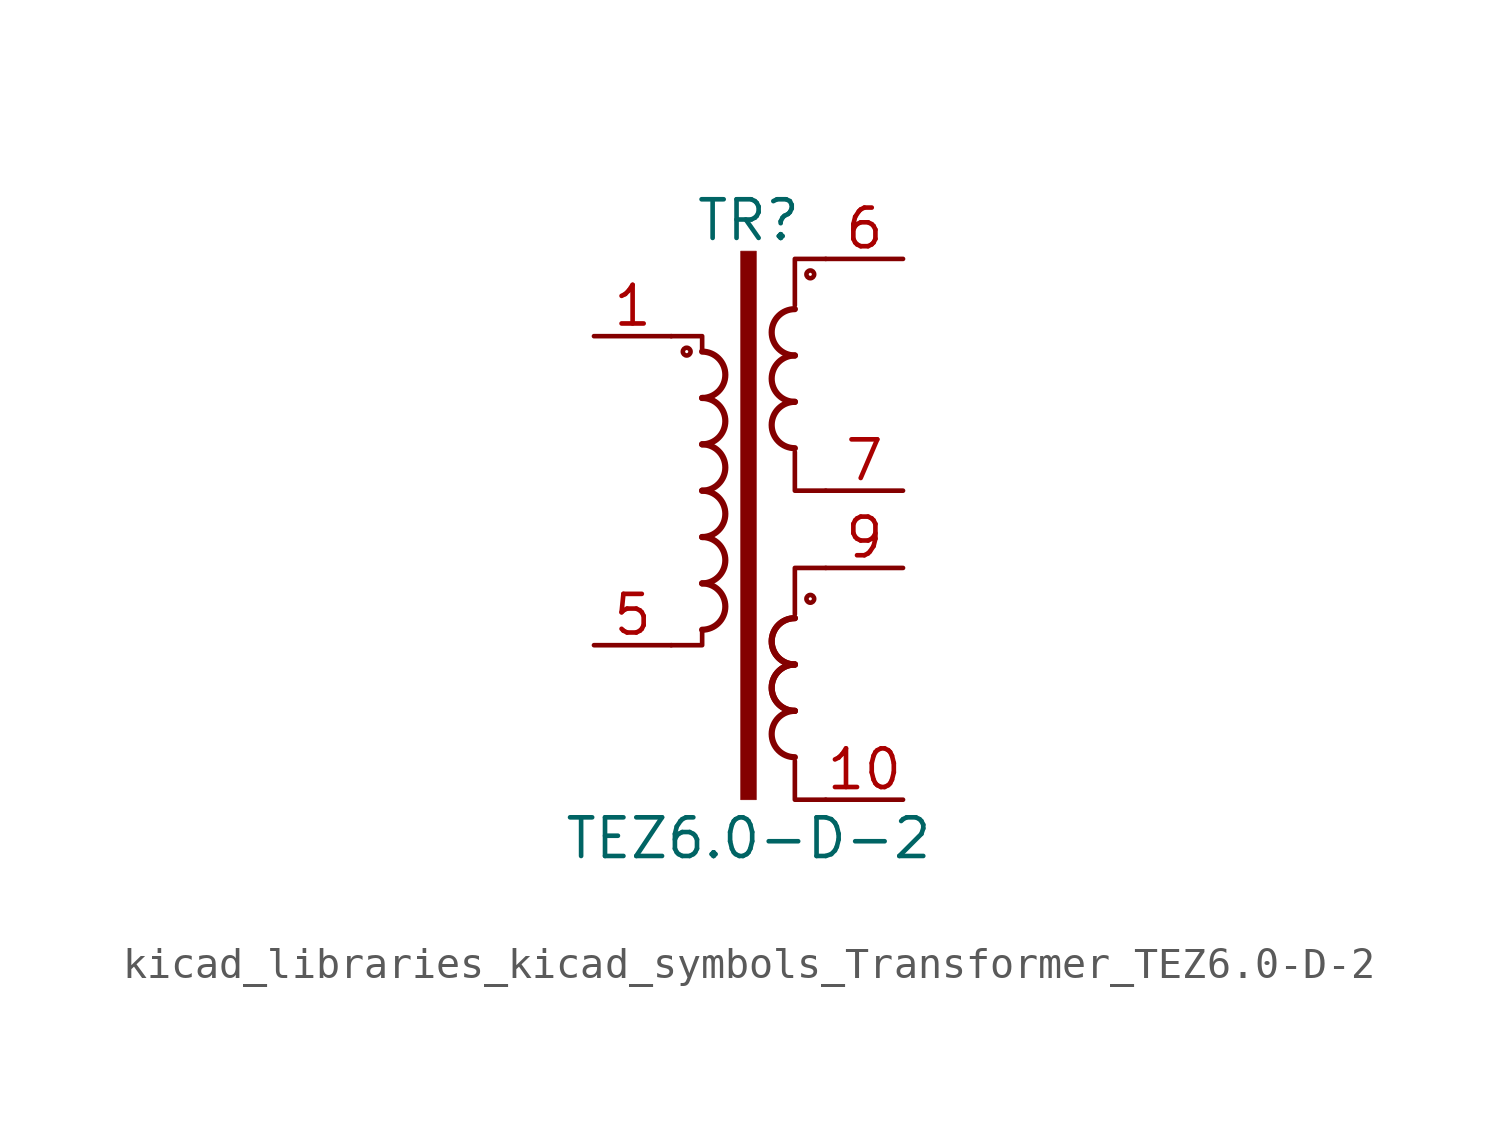
<source format=kicad_sym>
(kicad_symbol_lib
  (version 20220914)
  (generator kicad_symbol_editor)
  (symbol "kicad_libraries_kicad_symbols_Transformer_TEZ6.0-D-2"
    (pin_names
      (offset 0.025))
    (property "Reference" "TR"
      (at 0 8.89 0)
      (effects (font (size 1.27 1.27))))
    (property "Value" "TEZ6.0-D-2"
      (at 0 -11.43 0)
      (effects (font (size 1.27 1.27))))
    (symbol "kicad_libraries_kicad_symbols_Transformer_TEZ6.0-D-2_0_1"
      (circle (center -2.032 4.572) (radius 0.127) (stroke (width 0) (type default)) (fill (type none)))
      (arc (start -1.524 -4.572) (mid -0.7653 -3.81) (end -1.524 -3.048) (stroke (width 0.2032) (type default)) (fill (type none)))
      (arc (start -1.524 -3.048) (mid -0.7653 -2.286) (end -1.524 -1.524) (stroke (width 0.2032) (type default)) (fill (type none)))
      (arc (start -1.524 -1.524) (mid -0.7653 -0.762) (end -1.524 0) (stroke (width 0.2032) (type default)) (fill (type none)))
      (arc (start -1.524 0) (mid -0.7653 0.762) (end -1.524 1.524) (stroke (width 0.2032) (type default)) (fill (type none)))
      (arc (start -1.524 1.524) (mid -0.7653 2.286) (end -1.524 3.048) (stroke (width 0.2032) (type default)) (fill (type none)))
      (arc (start -1.524 3.048) (mid -0.7653 3.81) (end -1.524 4.572) (stroke (width 0.2032) (type default)) (fill (type none)))
      (rectangle (start -0.254 7.874) (end 0.254 -10.16) (stroke (width 0.025) (type default)) (fill (type outline)))
      (polyline (pts (xy -1.524 -4.572) (xy -1.524 -5.08) (xy -2.54 -5.08)) (stroke (width 0) (type default)) (fill (type none)))
      (polyline (pts (xy -1.524 4.572) (xy -1.524 5.08) (xy -2.54 5.08)) (stroke (width 0) (type default)) (fill (type none)))
      (polyline (pts (xy 1.524 -8.89) (xy 1.524 -10.16) (xy 2.54 -10.16)) (stroke (width 0) (type default)) (fill (type none)))
      (polyline (pts (xy 2.54 -2.54) (xy 1.524 -2.54) (xy 1.524 -4.064)) (stroke (width 0) (type default)) (fill (type none)))
      (polyline (pts (xy 2.54 0) (xy 1.524 0) (xy 1.524 1.27)) (stroke (width 0) (type default)) (fill (type none)))
      (polyline (pts (xy 2.54 7.62) (xy 1.524 7.62) (xy 1.524 6.096)) (stroke (width 0) (type default)) (fill (type none)))
      (arc (start 1.524 -7.239) (mid 0.7653 -8.001) (end 1.524 -8.763) (stroke (width 0.2032) (type default)) (fill (type none)))
      (arc (start 1.524 -5.715) (mid 0.7653 -6.477) (end 1.524 -7.239) (stroke (width 0.2032) (type default)) (fill (type none)))
      (arc (start 1.524 -5.715) (mid 0.7653 -6.477) (end 1.524 -7.239) (stroke (width 0.2032) (type default)) (fill (type none)))
      (arc (start 1.524 -4.191) (mid 0.7653 -4.953) (end 1.524 -5.715) (stroke (width 0.2032) (type default)) (fill (type none)))
      (arc (start 1.524 -4.191) (mid 0.7653 -4.953) (end 1.524 -5.715) (stroke (width 0.2032) (type default)) (fill (type none)))
      (arc (start 1.524 2.921) (mid 0.7653 2.159) (end 1.524 1.397) (stroke (width 0.2032) (type default)) (fill (type none)))
      (arc (start 1.524 4.445) (mid 0.7653 3.683) (end 1.524 2.921) (stroke (width 0.2032) (type default)) (fill (type none)))
      (arc (start 1.524 5.969) (mid 0.7653 5.207) (end 1.524 4.445) (stroke (width 0.2032) (type default)) (fill (type none)))
      (circle (center 2.032 -3.556) (radius 0.127) (stroke (width 0) (type default)) (fill (type none)))
      (circle (center 2.032 7.112) (radius 0.127) (stroke (width 0) (type default)) (fill (type none))))
    (symbol "kicad_libraries_kicad_symbols_Transformer_TEZ6.0-D-2_1_1"
      (pin passive line (at -5.08 5.08 0) (length 2.54) (name "~" (effects (font (size 1.27 1.27)))) (number "1" (effects (font (size 1.27 1.27)))))
      (pin passive line (at 5.08 -10.16 180) (length 2.54) (name "~" (effects (font (size 1.27 1.27)))) (number "10" (effects (font (size 1.27 1.27)))))
      (pin passive line (at -5.08 -5.08 0) (length 2.54) (name "~" (effects (font (size 1.27 1.27)))) (number "5" (effects (font (size 1.27 1.27)))))
      (pin passive line (at 5.08 7.62 180) (length 2.54) (name "~" (effects (font (size 1.27 1.27)))) (number "6" (effects (font (size 1.27 1.27)))))
      (pin passive line (at 5.08 0 180) (length 2.54) (name "~" (effects (font (size 1.27 1.27)))) (number "7" (effects (font (size 1.27 1.27)))))
      (pin passive line (at 5.08 -2.54 180) (length 2.54) (name "~" (effects (font (size 1.27 1.27)))) (number "9" (effects (font (size 1.27 1.27))))))))
</source>
